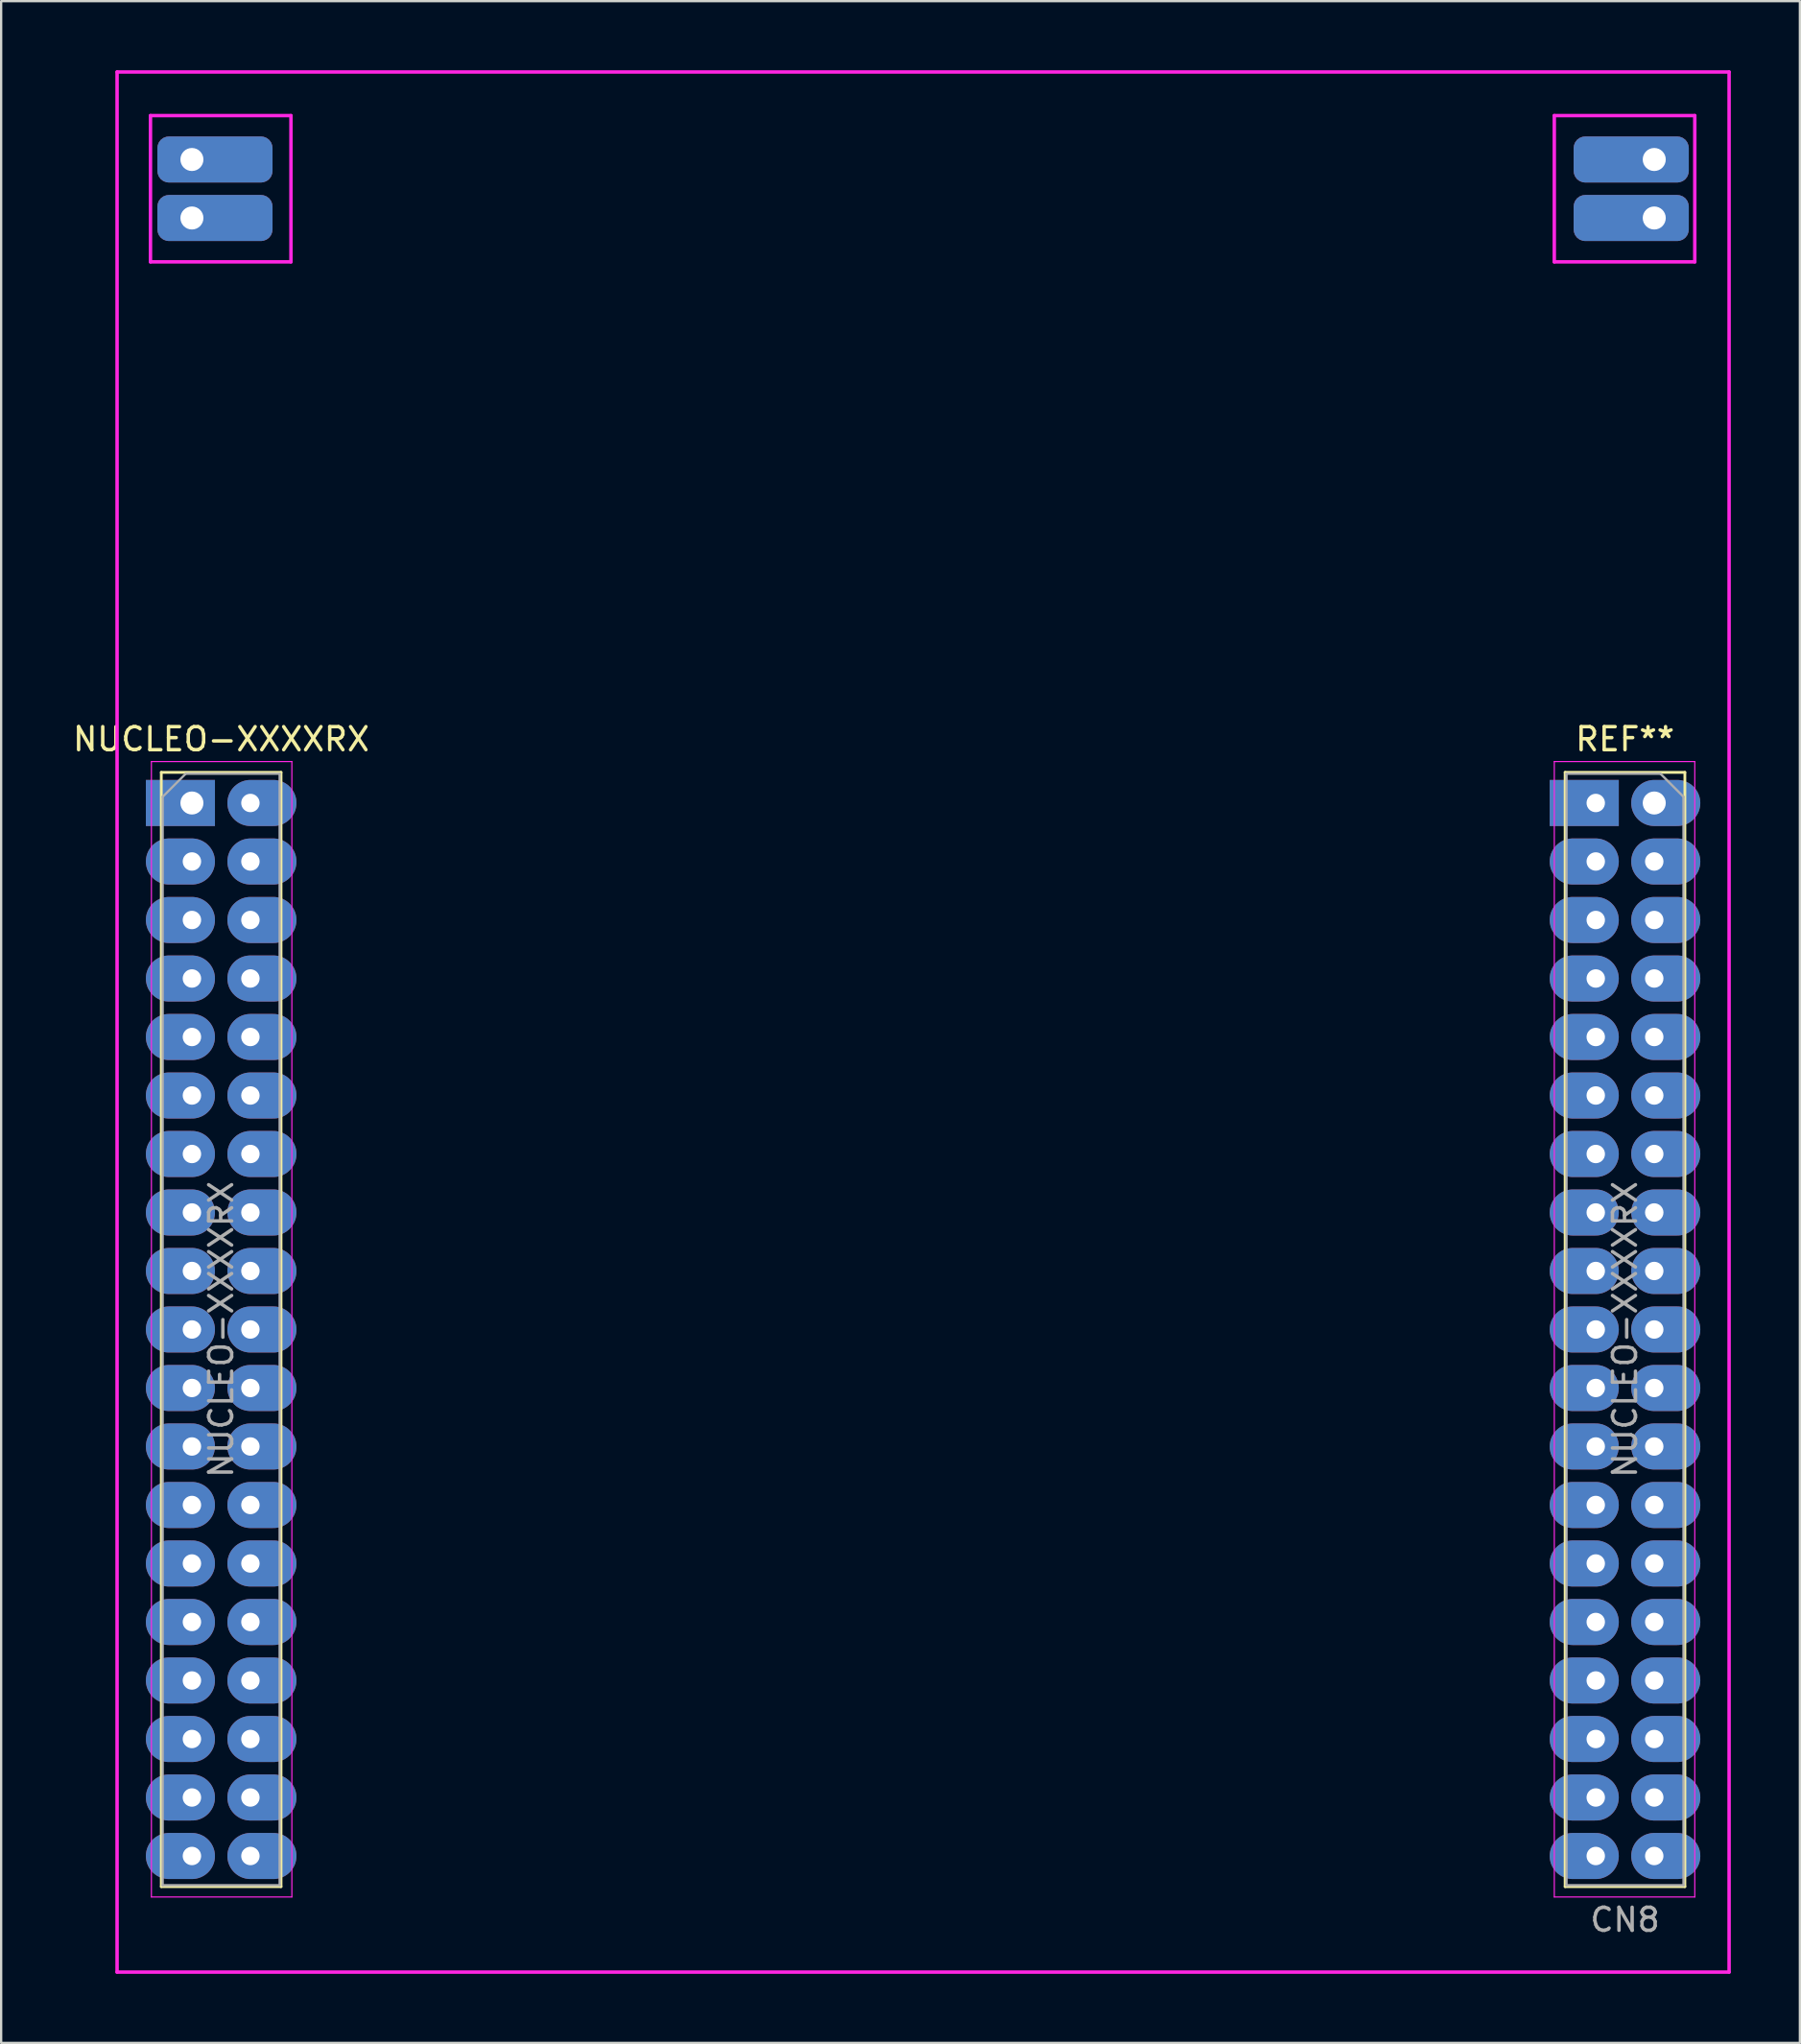
<source format=kicad_pcb>
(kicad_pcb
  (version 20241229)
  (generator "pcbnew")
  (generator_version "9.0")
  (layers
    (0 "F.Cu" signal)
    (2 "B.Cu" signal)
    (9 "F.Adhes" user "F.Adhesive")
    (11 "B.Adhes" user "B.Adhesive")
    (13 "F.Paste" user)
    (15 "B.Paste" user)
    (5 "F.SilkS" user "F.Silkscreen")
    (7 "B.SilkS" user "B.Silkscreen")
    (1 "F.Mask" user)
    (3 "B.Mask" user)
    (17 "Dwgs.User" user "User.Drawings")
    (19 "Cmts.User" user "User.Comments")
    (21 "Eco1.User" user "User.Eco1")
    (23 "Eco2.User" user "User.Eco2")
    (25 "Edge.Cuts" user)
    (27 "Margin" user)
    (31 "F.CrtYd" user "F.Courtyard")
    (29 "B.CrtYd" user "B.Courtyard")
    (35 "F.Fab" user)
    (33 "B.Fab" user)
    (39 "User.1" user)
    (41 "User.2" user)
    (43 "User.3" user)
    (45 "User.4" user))
  (footprint "NUCLEO-XXXXRX"
    (layer "F.Cu")
    (at 7.824 31.815)
    (property "Reference" "NUCLEO-XXXXRX" (at -1.27 -2.77 0) (layer "F.SilkS") (effects (font (size 1 1) (thickness 0.15))))
    (attr through_hole)
    (fp_line (start -3.87 -1.33) (end -3.87 47.05) (stroke (width 0.12) (type solid)) (layer "F.SilkS"))
    (fp_line (start 1.33 -1.33) (end -3.87 -1.33) (stroke (width 0.12) (type solid)) (layer "F.SilkS"))
    (fp_line (start 1.33 -1.33) (end 1.33 47.05) (stroke (width 0.12) (type solid)) (layer "F.SilkS"))
    (fp_line (start 1.33 47.05) (end -3.87 47.05) (stroke (width 0.12) (type solid)) (layer "F.SilkS"))
    (fp_line (start 57.09 -1.33) (end 57.09 47.05) (stroke (width 0.12) (type solid)) (layer "F.SilkS"))
    (fp_line (start 57.09 -1.33) (end 62.29 -1.33) (stroke (width 0.12) (type solid)) (layer "F.SilkS"))
    (fp_line (start 57.09 47.05) (end 62.29 47.05) (stroke (width 0.12) (type solid)) (layer "F.SilkS"))
    (fp_line (start 62.29 -1.33) (end 62.29 47.05) (stroke (width 0.12) (type solid)) (layer "F.SilkS"))
    (fp_line (start -5.79 -31.74) (end -5.79 50.76) (stroke (width 0.15) (type solid)) (layer "F.CrtYd"))
    (fp_line (start -5.79 -31.74) (end 64.21 -31.74) (stroke (width 0.15) (type solid)) (layer "F.CrtYd"))
    (fp_line (start -5.79 50.76) (end 64.21 50.76) (stroke (width 0.15) (type solid)) (layer "F.CrtYd"))
    (fp_line (start -4.34 -29.845) (end -4.34 -23.495) (stroke (width 0.15) (type solid)) (layer "F.CrtYd"))
    (fp_line (start -4.34 -23.495) (end 1.76 -23.495) (stroke (width 0.15) (type solid)) (layer "F.CrtYd"))
    (fp_line (start -4.3 -1.8) (end -4.3 47.5) (stroke (width 0.05) (type solid)) (layer "F.CrtYd"))
    (fp_line (start -4.3 47.5) (end 1.8 47.5) (stroke (width 0.05) (type solid)) (layer "F.CrtYd"))
    (fp_line (start 1.76 -29.845) (end -4.34 -29.845) (stroke (width 0.15) (type solid)) (layer "F.CrtYd"))
    (fp_line (start 1.76 -23.495) (end 1.76 -29.845) (stroke (width 0.15) (type solid)) (layer "F.CrtYd"))
    (fp_line (start 1.8 -1.8) (end -4.3 -1.8) (stroke (width 0.05) (type solid)) (layer "F.CrtYd"))
    (fp_line (start 1.8 47.5) (end 1.8 -1.8) (stroke (width 0.05) (type solid)) (layer "F.CrtYd"))
    (fp_line (start 56.62 -29.845) (end 56.62 -23.495) (stroke (width 0.15) (type solid)) (layer "F.CrtYd"))
    (fp_line (start 56.62 -1.8) (end 62.72 -1.8) (stroke (width 0.05) (type solid)) (layer "F.CrtYd"))
    (fp_line (start 56.62 47.5) (end 56.62 -1.8) (stroke (width 0.05) (type solid)) (layer "F.CrtYd"))
    (fp_line (start 62.72 -29.845) (end 56.62 -29.845) (stroke (width 0.15) (type solid)) (layer "F.CrtYd"))
    (fp_line (start 62.72 -29.845) (end 62.72 -23.495) (stroke (width 0.15) (type solid)) (layer "F.CrtYd"))
    (fp_line (start 62.72 -23.495) (end 56.62 -23.495) (stroke (width 0.15) (type solid)) (layer "F.CrtYd"))
    (fp_line (start 62.72 -1.8) (end 62.72 47.5) (stroke (width 0.05) (type solid)) (layer "F.CrtYd"))
    (fp_line (start 62.72 47.5) (end 56.62 47.5) (stroke (width 0.05) (type solid)) (layer "F.CrtYd"))
    (fp_line (start 64.21 -31.74) (end 64.21 50.76) (stroke (width 0.15) (type solid)) (layer "F.CrtYd"))
    (fp_line (start -3.81 -0.27) (end -3.81 46.99) (stroke (width 0.1) (type solid)) (layer "F.Fab"))
    (fp_line (start -3.81 46.99) (end 1.27 46.99) (stroke (width 0.1) (type solid)) (layer "F.Fab"))
    (fp_line (start -2.81 -1.27) (end -3.81 -0.27) (stroke (width 0.1) (type solid)) (layer "F.Fab"))
    (fp_line (start 1.27 -1.27) (end -2.81 -1.27) (stroke (width 0.1) (type solid)) (layer "F.Fab"))
    (fp_line (start 1.27 46.99) (end 1.27 -1.27) (stroke (width 0.1) (type solid)) (layer "F.Fab"))
    (fp_line (start 57.15 -1.27) (end 61.23 -1.27) (stroke (width 0.1) (type solid)) (layer "F.Fab"))
    (fp_line (start 57.15 46.99) (end 57.15 -1.27) (stroke (width 0.1) (type solid)) (layer "F.Fab"))
    (fp_line (start 61.23 -1.27) (end 62.23 -0.27) (stroke (width 0.1) (type solid)) (layer "F.Fab"))
    (fp_line (start 62.23 -0.27) (end 62.23 46.99) (stroke (width 0.1) (type solid)) (layer "F.Fab"))
    (fp_line (start 62.23 46.99) (end 57.15 46.99) (stroke (width 0.1) (type solid)) (layer "F.Fab"))
    (fp_text user "REF**" (at 59.69 -2.77 0) (layer "F.SilkS") (effects (font (size 1 1) (thickness 0.15))))
    (fp_text user "${REFERENCE}" (at 59.69 22.86 90) (layer "F.Fab") (effects (font (size 1 1) (thickness 0.15))))
    (fp_text user "${REFERENCE}" (at -1.27 22.86 90) (layer "F.Fab") (effects (font (size 1 1) (thickness 0.15))))
    (fp_text user "CN8" (at 59.69 48.49 0) (layer "F.Fab") (effects (font (size 1 1) (thickness 0.15))))
    (pad "1" thru_hole rect (at -2.54 0) (size 3 2) (drill 1 (offset -0.5 0)) (layers "*.Cu" "*.Mask"))
    (pad "2" thru_hole oval (at 0 0) (size 3 2) (drill 0.8 (offset 0.5 0)) (layers "*.Cu" "*.Mask"))
    (pad "3" thru_hole oval (at -2.54 2.54) (size 3 2) (drill 0.8 (offset -0.5 0)) (layers "*.Cu" "*.Mask"))
    (pad "4" thru_hole oval (at 0 2.54) (size 3 2) (drill 0.8 (offset 0.5 0)) (layers "*.Cu" "*.Mask"))
    (pad "5" thru_hole oval (at -2.54 5.08) (size 3 2) (drill 0.8 (offset -0.5 0)) (layers "*.Cu" "*.Mask"))
    (pad "6" thru_hole oval (at 0 5.08) (size 3 2) (drill 0.8 (offset 0.5 0)) (layers "*.Cu" "*.Mask"))
    (pad "7" thru_hole oval (at -2.54 7.62) (size 3 2) (drill 0.8 (offset -0.5 0)) (layers "*.Cu" "*.Mask"))
    (pad "8" thru_hole oval (at 0 7.62) (size 3 2) (drill 0.8 (offset 0.5 0)) (layers "*.Cu" "*.Mask"))
    (pad "9" thru_hole oval (at -2.54 10.16) (size 3 2) (drill 0.8 (offset -0.5 0)) (layers "*.Cu" "*.Mask"))
    (pad "10" thru_hole oval (at 0 10.16) (size 3 2) (drill 0.8 (offset 0.5 0)) (layers "*.Cu" "*.Mask"))
    (pad "11" thru_hole oval (at -2.54 12.7) (size 3 2) (drill 0.8 (offset -0.5 0)) (layers "*.Cu" "*.Mask"))
    (pad "12" thru_hole oval (at 0 12.7) (size 3 2) (drill 0.8 (offset 0.5 0)) (layers "*.Cu" "*.Mask"))
    (pad "13" thru_hole oval (at -2.54 15.24) (size 3 2) (drill 0.8 (offset -0.5 0)) (layers "*.Cu" "*.Mask"))
    (pad "14" thru_hole oval (at 0 15.24) (size 3 2) (drill 0.8 (offset 0.5 0)) (layers "*.Cu" "*.Mask"))
    (pad "15" thru_hole oval (at -2.54 17.78) (size 3 2) (drill 0.8 (offset -0.5 0)) (layers "*.Cu" "*.Mask"))
    (pad "16" thru_hole oval (at 0 17.78) (size 3 2) (drill 0.8 (offset 0.5 0)) (layers "*.Cu" "*.Mask"))
    (pad "17" thru_hole oval (at -2.54 20.32) (size 3 2) (drill 0.8 (offset -0.5 0)) (layers "*.Cu" "*.Mask"))
    (pad "18" thru_hole oval (at 0 20.32) (size 3 2) (drill 0.8 (offset 0.5 0)) (layers "*.Cu" "*.Mask"))
    (pad "19" thru_hole oval (at -2.54 22.86) (size 3 2) (drill 0.8 (offset -0.5 0)) (layers "*.Cu" "*.Mask"))
    (pad "20" thru_hole oval (at 0 22.86) (size 3 2) (drill 0.8 (offset 0.5 0)) (layers "*.Cu" "*.Mask"))
    (pad "21" thru_hole oval (at -2.54 25.4) (size 3 2) (drill 0.8 (offset -0.5 0)) (layers "*.Cu" "*.Mask"))
    (pad "22" thru_hole oval (at 0 25.4) (size 3 2) (drill 0.8 (offset 0.5 0)) (layers "*.Cu" "*.Mask"))
    (pad "23" thru_hole oval (at -2.54 27.94) (size 3 2) (drill 0.8 (offset -0.5 0)) (layers "*.Cu" "*.Mask"))
    (pad "24" thru_hole oval (at 0 27.94) (size 3 2) (drill 0.8 (offset 0.5 0)) (layers "*.Cu" "*.Mask"))
    (pad "25" thru_hole oval (at -2.54 30.48) (size 3 2) (drill 0.8 (offset -0.5 0)) (layers "*.Cu" "*.Mask"))
    (pad "26" thru_hole oval (at 0 30.48) (size 3 2) (drill 0.8 (offset 0.5 0)) (layers "*.Cu" "*.Mask"))
    (pad "27" thru_hole oval (at -2.54 33.02) (size 3 2) (drill 0.8 (offset -0.5 0)) (layers "*.Cu" "*.Mask"))
    (pad "28" thru_hole oval (at 0 33.02) (size 3 2) (drill 0.8 (offset 0.5 0)) (layers "*.Cu" "*.Mask"))
    (pad "29" thru_hole oval (at -2.54 35.56) (size 3 2) (drill 0.8 (offset -0.5 0)) (layers "*.Cu" "*.Mask"))
    (pad "30" thru_hole oval (at 0 35.56) (size 3 2) (drill 0.8 (offset 0.5 0)) (layers "*.Cu" "*.Mask"))
    (pad "31" thru_hole oval (at -2.54 38.1) (size 3 2) (drill 0.8 (offset -0.5 0)) (layers "*.Cu" "*.Mask"))
    (pad "32" thru_hole oval (at 0 38.1) (size 3 2) (drill 0.8 (offset 0.5 0)) (layers "*.Cu" "*.Mask"))
    (pad "33" thru_hole oval (at -2.54 40.64) (size 3 2) (drill 0.8 (offset -0.5 0)) (layers "*.Cu" "*.Mask"))
    (pad "34" thru_hole oval (at 0 40.64) (size 3 2) (drill 0.8 (offset 0.5 0)) (layers "*.Cu" "*.Mask"))
    (pad "35" thru_hole oval (at -2.54 43.18) (size 3 2) (drill 0.8 (offset -0.5 0)) (layers "*.Cu" "*.Mask"))
    (pad "36" thru_hole oval (at 0 43.18) (size 3 2) (drill 0.8 (offset 0.5 0)) (layers "*.Cu" "*.Mask"))
    (pad "37" thru_hole oval (at -2.54 45.72) (size 3 2) (drill 0.8 (offset -0.5 0)) (layers "*.Cu" "*.Mask"))
    (pad "38" thru_hole oval (at 0 45.72) (size 3 2) (drill 0.8 (offset 0.5 0)) (layers "*.Cu" "*.Mask"))
    (pad "39" thru_hole trapezoid (at 58.42 0) (size 3 2) (drill 0.8 (offset -0.5 0)) (layers "*.Cu" "*.Mask"))
    (pad "40" thru_hole oval (at 60.96 0) (size 3 2) (drill 1 (offset 0.5 0)) (layers "*.Cu" "*.Mask"))
    (pad "41" thru_hole oval (at 58.42 2.54) (size 3 2) (drill 0.8 (offset -0.5 0)) (layers "*.Cu" "*.Mask"))
    (pad "42" thru_hole oval (at 60.96 2.54) (size 3 2) (drill 0.8 (offset 0.5 0)) (layers "*.Cu" "*.Mask"))
    (pad "43" thru_hole oval (at 58.42 5.08) (size 3 2) (drill 0.8 (offset -0.5 0)) (layers "*.Cu" "*.Mask"))
    (pad "44" thru_hole oval (at 60.96 5.08) (size 3 2) (drill 0.8 (offset 0.5 0)) (layers "*.Cu" "*.Mask"))
    (pad "45" thru_hole oval (at 58.42 7.62) (size 3 2) (drill 0.8 (offset -0.5 0)) (layers "*.Cu" "*.Mask"))
    (pad "46" thru_hole oval (at 60.96 7.62) (size 3 2) (drill 0.8 (offset 0.5 0)) (layers "*.Cu" "*.Mask"))
    (pad "47" thru_hole oval (at 58.42 10.16) (size 3 2) (drill 0.8 (offset -0.5 0)) (layers "*.Cu" "*.Mask"))
    (pad "48" thru_hole oval (at 60.96 10.16) (size 3 2) (drill 0.8 (offset 0.5 0)) (layers "*.Cu" "*.Mask"))
    (pad "49" thru_hole oval (at 58.42 12.7) (size 3 2) (drill 0.8 (offset -0.5 0)) (layers "*.Cu" "*.Mask"))
    (pad "50" thru_hole oval (at 60.96 12.7) (size 3 2) (drill 0.8 (offset 0.5 0)) (layers "*.Cu" "*.Mask"))
    (pad "51" thru_hole oval (at 58.42 15.24) (size 3 2) (drill 0.8 (offset -0.5 0)) (layers "*.Cu" "*.Mask"))
    (pad "52" thru_hole oval (at 60.96 15.24) (size 3 2) (drill 0.8 (offset 0.5 0)) (layers "*.Cu" "*.Mask"))
    (pad "53" thru_hole oval (at 58.42 17.78) (size 3 2) (drill 0.8 (offset -0.5 0)) (layers "*.Cu" "*.Mask"))
    (pad "54" thru_hole oval (at 60.96 17.78) (size 3 2) (drill 0.8 (offset 0.5 0)) (layers "*.Cu" "*.Mask"))
    (pad "55" thru_hole oval (at 58.42 20.32) (size 3 2) (drill 0.8 (offset -0.5 0)) (layers "*.Cu" "*.Mask"))
    (pad "56" thru_hole oval (at 60.96 20.32) (size 3 2) (drill 0.8 (offset 0.5 0)) (layers "*.Cu" "*.Mask"))
    (pad "57" thru_hole oval (at 58.42 22.86) (size 3 2) (drill 0.8 (offset -0.5 0)) (layers "*.Cu" "*.Mask"))
    (pad "58" thru_hole oval (at 60.96 22.86) (size 3 2) (drill 0.8 (offset 0.5 0)) (layers "*.Cu" "*.Mask"))
    (pad "59" thru_hole oval (at 58.42 25.4) (size 3 2) (drill 0.8 (offset -0.5 0)) (layers "*.Cu" "*.Mask"))
    (pad "60" thru_hole oval (at 60.96 25.4) (size 3 2) (drill 0.8 (offset 0.5 0)) (layers "*.Cu" "*.Mask"))
    (pad "61" thru_hole oval (at 58.42 27.94) (size 3 2) (drill 0.8 (offset -0.5 0)) (layers "*.Cu" "*.Mask"))
    (pad "62" thru_hole oval (at 60.96 27.94) (size 3 2) (drill 0.8 (offset 0.5 0)) (layers "*.Cu" "*.Mask"))
    (pad "63" thru_hole oval (at 58.42 30.48) (size 3 2) (drill 0.8 (offset -0.5 0)) (layers "*.Cu" "*.Mask"))
    (pad "64" thru_hole oval (at 60.96 30.48) (size 3 2) (drill 0.8 (offset 0.5 0)) (layers "*.Cu" "*.Mask"))
    (pad "65" thru_hole oval (at 58.42 33.02) (size 3 2) (drill 0.8 (offset -0.5 0)) (layers "*.Cu" "*.Mask"))
    (pad "66" thru_hole oval (at 60.96 33.02) (size 3 2) (drill 0.8 (offset 0.5 0)) (layers "*.Cu" "*.Mask"))
    (pad "67" thru_hole oval (at 58.42 35.56) (size 3 2) (drill 0.8 (offset -0.5 0)) (layers "*.Cu" "*.Mask"))
    (pad "68" thru_hole oval (at 60.96 35.56) (size 3 2) (drill 0.8 (offset 0.5 0)) (layers "*.Cu" "*.Mask"))
    (pad "69" thru_hole oval (at 58.42 38.1) (size 3 2) (drill 0.8 (offset -0.5 0)) (layers "*.Cu" "*.Mask"))
    (pad "70" thru_hole oval (at 60.96 38.1) (size 3 2) (drill 0.8 (offset 0.5 0)) (layers "*.Cu" "*.Mask"))
    (pad "71" thru_hole oval (at 58.42 40.64) (size 3 2) (drill 0.8 (offset -0.5 0)) (layers "*.Cu" "*.Mask"))
    (pad "72" thru_hole oval (at 60.96 40.64) (size 3 2) (drill 0.8 (offset 0.5 0)) (layers "*.Cu" "*.Mask"))
    (pad "73" thru_hole oval (at 58.42 43.18) (size 3 2) (drill 0.8 (offset -0.5 0)) (layers "*.Cu" "*.Mask"))
    (pad "74" thru_hole oval (at 60.96 43.18) (size 3 2) (drill 0.8 (offset 0.5 0)) (layers "*.Cu" "*.Mask"))
    (pad "75" thru_hole oval (at 58.42 45.72) (size 3 2) (drill 0.8 (offset -0.5 0)) (layers "*.Cu" "*.Mask"))
    (pad "76" thru_hole oval (at 60.96 45.72) (size 3 2) (drill 0.8 (offset 0.5 0)) (layers "*.Cu" "*.Mask"))
    (pad "77" thru_hole roundrect (at -2.54 -27.94) (size 5 2) (drill 1 (offset 1 0)) (layers "*.Cu" "*.Mask") (roundrect_rratio 0.25))
    (pad "78" thru_hole roundrect (at -2.54 -25.4) (size 5 2) (drill 1 (offset 1 0)) (layers "*.Cu" "*.Mask") (roundrect_rratio 0.25))
    (pad "79" thru_hole roundrect (at 60.96 -27.94) (size 5 2) (drill 1 (offset -1 0)) (layers "*.Cu" "*.Mask") (roundrect_rratio 0.25))
    (pad "80" thru_hole roundrect (at 60.96 -25.4) (size 5 2) (drill 1 (offset -1 0)) (layers "*.Cu" "*.Mask") (roundrect_rratio 0.25)))
  (gr_rect
    (start -3 -3)
    (end 75.109 85.65)
    (stroke (width 0.1) (type default))
    (fill no)
    (layer "Edge.Cuts")))
</source>
